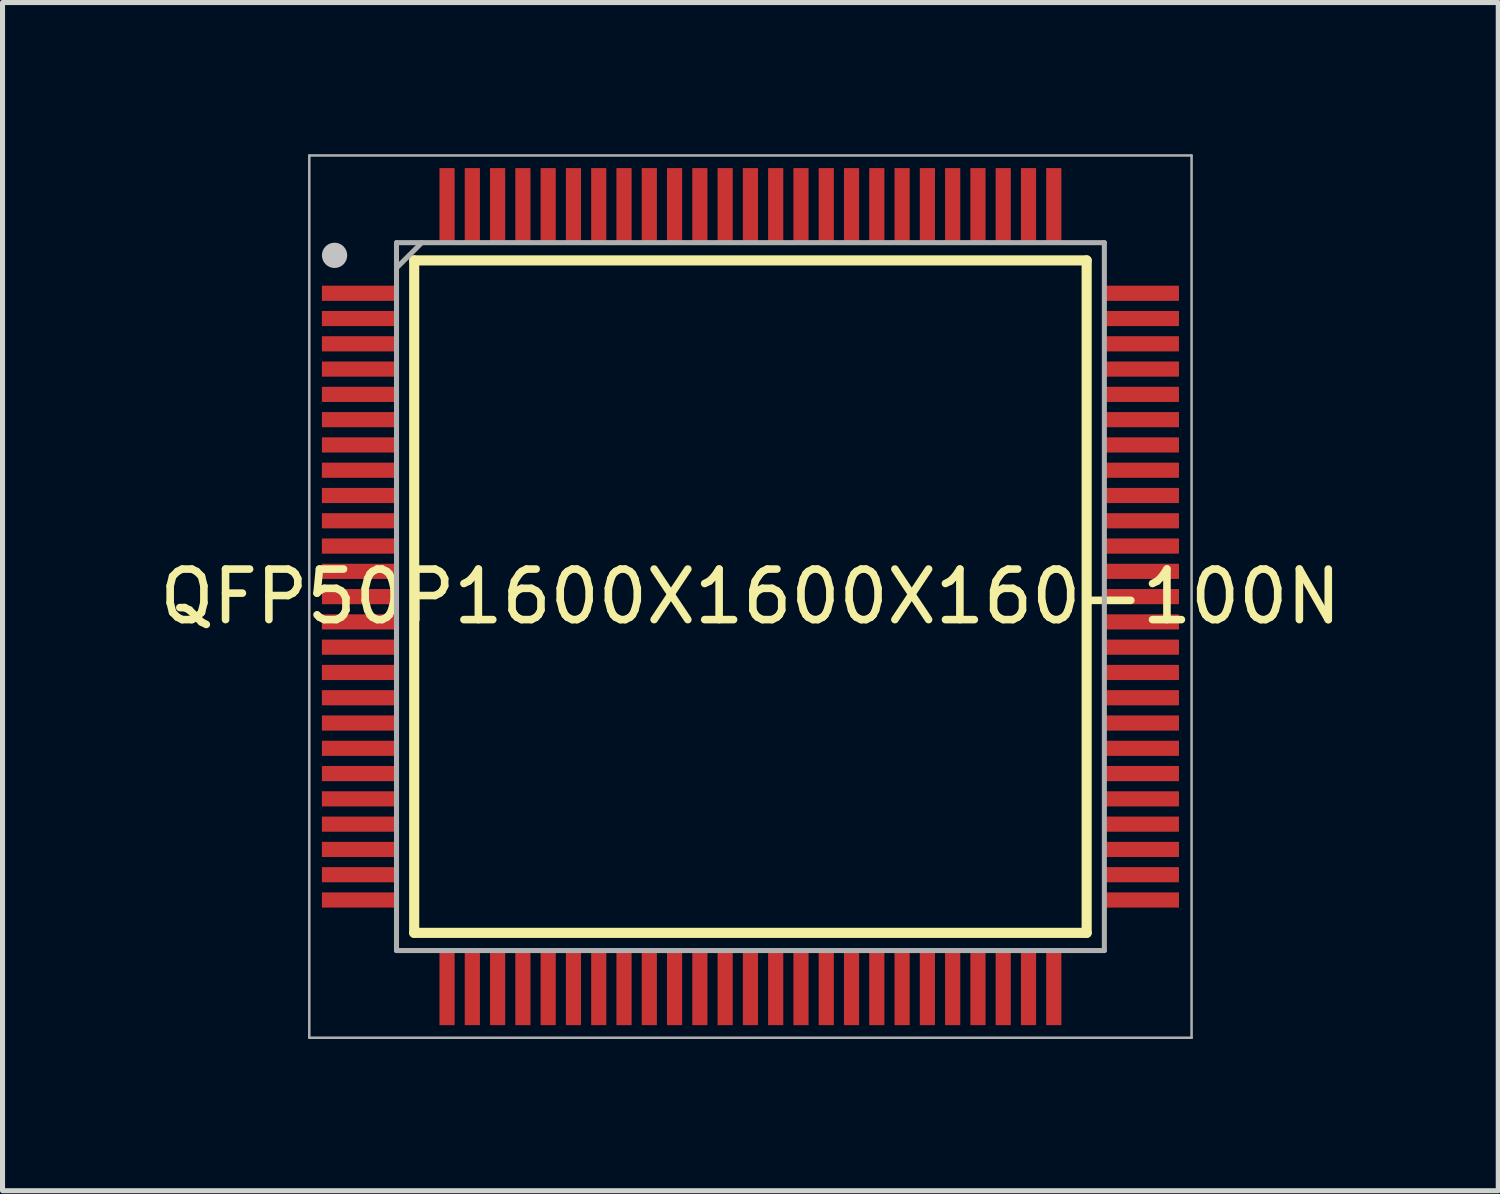
<source format=kicad_pcb>
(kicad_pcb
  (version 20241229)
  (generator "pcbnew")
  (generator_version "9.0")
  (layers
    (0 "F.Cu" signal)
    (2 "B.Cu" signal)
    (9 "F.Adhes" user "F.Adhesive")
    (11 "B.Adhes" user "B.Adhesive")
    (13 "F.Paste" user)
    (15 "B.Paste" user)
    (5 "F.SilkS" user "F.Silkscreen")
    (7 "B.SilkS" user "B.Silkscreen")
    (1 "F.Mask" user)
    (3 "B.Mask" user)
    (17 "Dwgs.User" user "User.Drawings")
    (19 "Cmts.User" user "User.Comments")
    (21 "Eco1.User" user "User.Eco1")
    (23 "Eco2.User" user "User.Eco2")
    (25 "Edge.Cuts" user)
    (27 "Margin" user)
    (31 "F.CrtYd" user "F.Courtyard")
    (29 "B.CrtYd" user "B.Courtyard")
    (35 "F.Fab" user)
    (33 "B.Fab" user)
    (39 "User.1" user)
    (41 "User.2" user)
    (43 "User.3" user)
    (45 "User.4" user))
  (footprint "QFP50P1600X1600X160-100N"
    (layer "F.Cu")
    (at 11.792 8.75)
    (property "Reference" "QFP50P1600X1600X160-100N" (at 0 0 0) (layer "F.SilkS") (effects (font (size 1 1) (thickness 0.15))))
    (attr smd)
    (fp_line (start -6.65 -6.65) (end 6.65 -6.65) (stroke (width 0.2) (type solid)) (layer "F.SilkS"))
    (fp_line (start -6.65 6.65) (end -6.65 -6.65) (stroke (width 0.2) (type solid)) (layer "F.SilkS"))
    (fp_line (start 6.65 -6.65) (end 6.65 6.65) (stroke (width 0.2) (type solid)) (layer "F.SilkS"))
    (fp_line (start 6.65 6.65) (end -6.65 6.65) (stroke (width 0.2) (type solid)) (layer "F.SilkS"))
    (fp_circle (center -8.225 -6.75) (end -8.1 -6.75) (stroke (width 0.25) (type solid)) (fill no) (layer "Dwgs.User"))
    (fp_line (start -8.725 -8.725) (end 8.725 -8.725) (stroke (width 0.05) (type solid)) (layer "F.Fab"))
    (fp_line (start -8.725 8.725) (end -8.725 -8.725) (stroke (width 0.05) (type solid)) (layer "F.Fab"))
    (fp_line (start -7 -7) (end 7 -7) (stroke (width 0.1) (type solid)) (layer "F.Fab"))
    (fp_line (start -7 -6.5) (end -6.5 -7) (stroke (width 0.1) (type solid)) (layer "F.Fab"))
    (fp_line (start -7 7) (end -7 -7) (stroke (width 0.1) (type solid)) (layer "F.Fab"))
    (fp_line (start 7 -7) (end 7 7) (stroke (width 0.1) (type solid)) (layer "F.Fab"))
    (fp_line (start 7 7) (end -7 7) (stroke (width 0.1) (type solid)) (layer "F.Fab"))
    (fp_line (start 8.725 -8.725) (end 8.725 8.725) (stroke (width 0.05) (type solid)) (layer "F.Fab"))
    (fp_line (start 8.725 8.725) (end -8.725 8.725) (stroke (width 0.05) (type solid)) (layer "F.Fab"))
    (pad "1" smd rect (at -7.738 -6) (size 1.475 0.3) (layers "F.Cu" "F.Mask" "F.Paste"))
    (pad "2" smd rect (at -7.738 -5.5) (size 1.475 0.3) (layers "F.Cu" "F.Mask" "F.Paste"))
    (pad "3" smd rect (at -7.738 -5) (size 1.475 0.3) (layers "F.Cu" "F.Mask" "F.Paste"))
    (pad "4" smd rect (at -7.738 -4.5) (size 1.475 0.3) (layers "F.Cu" "F.Mask" "F.Paste"))
    (pad "5" smd rect (at -7.738 -4) (size 1.475 0.3) (layers "F.Cu" "F.Mask" "F.Paste"))
    (pad "6" smd rect (at -7.738 -3.5) (size 1.475 0.3) (layers "F.Cu" "F.Mask" "F.Paste"))
    (pad "7" smd rect (at -7.738 -3) (size 1.475 0.3) (layers "F.Cu" "F.Mask" "F.Paste"))
    (pad "8" smd rect (at -7.738 -2.5) (size 1.475 0.3) (layers "F.Cu" "F.Mask" "F.Paste"))
    (pad "9" smd rect (at -7.738 -2) (size 1.475 0.3) (layers "F.Cu" "F.Mask" "F.Paste"))
    (pad "10" smd rect (at -7.738 -1.5) (size 1.475 0.3) (layers "F.Cu" "F.Mask" "F.Paste"))
    (pad "11" smd rect (at -7.738 -1) (size 1.475 0.3) (layers "F.Cu" "F.Mask" "F.Paste"))
    (pad "12" smd rect (at -7.738 -0.5) (size 1.475 0.3) (layers "F.Cu" "F.Mask" "F.Paste"))
    (pad "13" smd rect (at -7.738 0) (size 1.475 0.3) (layers "F.Cu" "F.Mask" "F.Paste"))
    (pad "14" smd rect (at -7.738 0.5) (size 1.475 0.3) (layers "F.Cu" "F.Mask" "F.Paste"))
    (pad "15" smd rect (at -7.738 1) (size 1.475 0.3) (layers "F.Cu" "F.Mask" "F.Paste"))
    (pad "16" smd rect (at -7.738 1.5) (size 1.475 0.3) (layers "F.Cu" "F.Mask" "F.Paste"))
    (pad "17" smd rect (at -7.738 2) (size 1.475 0.3) (layers "F.Cu" "F.Mask" "F.Paste"))
    (pad "18" smd rect (at -7.738 2.5) (size 1.475 0.3) (layers "F.Cu" "F.Mask" "F.Paste"))
    (pad "19" smd rect (at -7.738 3) (size 1.475 0.3) (layers "F.Cu" "F.Mask" "F.Paste"))
    (pad "20" smd rect (at -7.738 3.5) (size 1.475 0.3) (layers "F.Cu" "F.Mask" "F.Paste"))
    (pad "21" smd rect (at -7.738 4) (size 1.475 0.3) (layers "F.Cu" "F.Mask" "F.Paste"))
    (pad "22" smd rect (at -7.738 4.5) (size 1.475 0.3) (layers "F.Cu" "F.Mask" "F.Paste"))
    (pad "23" smd rect (at -7.738 5) (size 1.475 0.3) (layers "F.Cu" "F.Mask" "F.Paste"))
    (pad "24" smd rect (at -7.738 5.5) (size 1.475 0.3) (layers "F.Cu" "F.Mask" "F.Paste"))
    (pad "25" smd rect (at -7.738 6) (size 1.475 0.3) (layers "F.Cu" "F.Mask" "F.Paste"))
    (pad "26" smd rect (at -6 7.738) (size 0.3 1.475) (layers "F.Cu" "F.Mask" "F.Paste"))
    (pad "27" smd rect (at -5.5 7.738) (size 0.3 1.475) (layers "F.Cu" "F.Mask" "F.Paste"))
    (pad "28" smd rect (at -5 7.738) (size 0.3 1.475) (layers "F.Cu" "F.Mask" "F.Paste"))
    (pad "29" smd rect (at -4.5 7.738) (size 0.3 1.475) (layers "F.Cu" "F.Mask" "F.Paste"))
    (pad "30" smd rect (at -4 7.738) (size 0.3 1.475) (layers "F.Cu" "F.Mask" "F.Paste"))
    (pad "31" smd rect (at -3.5 7.738) (size 0.3 1.475) (layers "F.Cu" "F.Mask" "F.Paste"))
    (pad "32" smd rect (at -3 7.738) (size 0.3 1.475) (layers "F.Cu" "F.Mask" "F.Paste"))
    (pad "33" smd rect (at -2.5 7.738) (size 0.3 1.475) (layers "F.Cu" "F.Mask" "F.Paste"))
    (pad "34" smd rect (at -2 7.738) (size 0.3 1.475) (layers "F.Cu" "F.Mask" "F.Paste"))
    (pad "35" smd rect (at -1.5 7.738) (size 0.3 1.475) (layers "F.Cu" "F.Mask" "F.Paste"))
    (pad "36" smd rect (at -1 7.738) (size 0.3 1.475) (layers "F.Cu" "F.Mask" "F.Paste"))
    (pad "37" smd rect (at -0.5 7.738) (size 0.3 1.475) (layers "F.Cu" "F.Mask" "F.Paste"))
    (pad "38" smd rect (at 0 7.738) (size 0.3 1.475) (layers "F.Cu" "F.Mask" "F.Paste"))
    (pad "39" smd rect (at 0.5 7.738) (size 0.3 1.475) (layers "F.Cu" "F.Mask" "F.Paste"))
    (pad "40" smd rect (at 1 7.738) (size 0.3 1.475) (layers "F.Cu" "F.Mask" "F.Paste"))
    (pad "41" smd rect (at 1.5 7.738) (size 0.3 1.475) (layers "F.Cu" "F.Mask" "F.Paste"))
    (pad "42" smd rect (at 2 7.738) (size 0.3 1.475) (layers "F.Cu" "F.Mask" "F.Paste"))
    (pad "43" smd rect (at 2.5 7.738) (size 0.3 1.475) (layers "F.Cu" "F.Mask" "F.Paste"))
    (pad "44" smd rect (at 3 7.738) (size 0.3 1.475) (layers "F.Cu" "F.Mask" "F.Paste"))
    (pad "45" smd rect (at 3.5 7.738) (size 0.3 1.475) (layers "F.Cu" "F.Mask" "F.Paste"))
    (pad "46" smd rect (at 4 7.738) (size 0.3 1.475) (layers "F.Cu" "F.Mask" "F.Paste"))
    (pad "47" smd rect (at 4.5 7.738) (size 0.3 1.475) (layers "F.Cu" "F.Mask" "F.Paste"))
    (pad "48" smd rect (at 5 7.738) (size 0.3 1.475) (layers "F.Cu" "F.Mask" "F.Paste"))
    (pad "49" smd rect (at 5.5 7.738) (size 0.3 1.475) (layers "F.Cu" "F.Mask" "F.Paste"))
    (pad "50" smd rect (at 6 7.738) (size 0.3 1.475) (layers "F.Cu" "F.Mask" "F.Paste"))
    (pad "51" smd rect (at 7.738 6) (size 1.475 0.3) (layers "F.Cu" "F.Mask" "F.Paste"))
    (pad "52" smd rect (at 7.738 5.5) (size 1.475 0.3) (layers "F.Cu" "F.Mask" "F.Paste"))
    (pad "53" smd rect (at 7.738 5) (size 1.475 0.3) (layers "F.Cu" "F.Mask" "F.Paste"))
    (pad "54" smd rect (at 7.738 4.5) (size 1.475 0.3) (layers "F.Cu" "F.Mask" "F.Paste"))
    (pad "55" smd rect (at 7.738 4) (size 1.475 0.3) (layers "F.Cu" "F.Mask" "F.Paste"))
    (pad "56" smd rect (at 7.738 3.5) (size 1.475 0.3) (layers "F.Cu" "F.Mask" "F.Paste"))
    (pad "57" smd rect (at 7.738 3) (size 1.475 0.3) (layers "F.Cu" "F.Mask" "F.Paste"))
    (pad "58" smd rect (at 7.738 2.5) (size 1.475 0.3) (layers "F.Cu" "F.Mask" "F.Paste"))
    (pad "59" smd rect (at 7.738 2) (size 1.475 0.3) (layers "F.Cu" "F.Mask" "F.Paste"))
    (pad "60" smd rect (at 7.738 1.5) (size 1.475 0.3) (layers "F.Cu" "F.Mask" "F.Paste"))
    (pad "61" smd rect (at 7.738 1) (size 1.475 0.3) (layers "F.Cu" "F.Mask" "F.Paste"))
    (pad "62" smd rect (at 7.738 0.5) (size 1.475 0.3) (layers "F.Cu" "F.Mask" "F.Paste"))
    (pad "63" smd rect (at 7.738 0) (size 1.475 0.3) (layers "F.Cu" "F.Mask" "F.Paste"))
    (pad "64" smd rect (at 7.738 -0.5) (size 1.475 0.3) (layers "F.Cu" "F.Mask" "F.Paste"))
    (pad "65" smd rect (at 7.738 -1) (size 1.475 0.3) (layers "F.Cu" "F.Mask" "F.Paste"))
    (pad "66" smd rect (at 7.738 -1.5) (size 1.475 0.3) (layers "F.Cu" "F.Mask" "F.Paste"))
    (pad "67" smd rect (at 7.738 -2) (size 1.475 0.3) (layers "F.Cu" "F.Mask" "F.Paste"))
    (pad "68" smd rect (at 7.738 -2.5) (size 1.475 0.3) (layers "F.Cu" "F.Mask" "F.Paste"))
    (pad "69" smd rect (at 7.738 -3) (size 1.475 0.3) (layers "F.Cu" "F.Mask" "F.Paste"))
    (pad "70" smd rect (at 7.738 -3.5) (size 1.475 0.3) (layers "F.Cu" "F.Mask" "F.Paste"))
    (pad "71" smd rect (at 7.738 -4) (size 1.475 0.3) (layers "F.Cu" "F.Mask" "F.Paste"))
    (pad "72" smd rect (at 7.738 -4.5) (size 1.475 0.3) (layers "F.Cu" "F.Mask" "F.Paste"))
    (pad "73" smd rect (at 7.738 -5) (size 1.475 0.3) (layers "F.Cu" "F.Mask" "F.Paste"))
    (pad "74" smd rect (at 7.738 -5.5) (size 1.475 0.3) (layers "F.Cu" "F.Mask" "F.Paste"))
    (pad "75" smd rect (at 7.738 -6) (size 1.475 0.3) (layers "F.Cu" "F.Mask" "F.Paste"))
    (pad "76" smd rect (at 6 -7.738) (size 0.3 1.475) (layers "F.Cu" "F.Mask" "F.Paste"))
    (pad "77" smd rect (at 5.5 -7.738) (size 0.3 1.475) (layers "F.Cu" "F.Mask" "F.Paste"))
    (pad "78" smd rect (at 5 -7.738) (size 0.3 1.475) (layers "F.Cu" "F.Mask" "F.Paste"))
    (pad "79" smd rect (at 4.5 -7.738) (size 0.3 1.475) (layers "F.Cu" "F.Mask" "F.Paste"))
    (pad "80" smd rect (at 4 -7.738) (size 0.3 1.475) (layers "F.Cu" "F.Mask" "F.Paste"))
    (pad "81" smd rect (at 3.5 -7.738) (size 0.3 1.475) (layers "F.Cu" "F.Mask" "F.Paste"))
    (pad "82" smd rect (at 3 -7.738) (size 0.3 1.475) (layers "F.Cu" "F.Mask" "F.Paste"))
    (pad "83" smd rect (at 2.5 -7.738) (size 0.3 1.475) (layers "F.Cu" "F.Mask" "F.Paste"))
    (pad "84" smd rect (at 2 -7.738) (size 0.3 1.475) (layers "F.Cu" "F.Mask" "F.Paste"))
    (pad "85" smd rect (at 1.5 -7.738) (size 0.3 1.475) (layers "F.Cu" "F.Mask" "F.Paste"))
    (pad "86" smd rect (at 1 -7.738) (size 0.3 1.475) (layers "F.Cu" "F.Mask" "F.Paste"))
    (pad "87" smd rect (at 0.5 -7.738) (size 0.3 1.475) (layers "F.Cu" "F.Mask" "F.Paste"))
    (pad "88" smd rect (at 0 -7.738) (size 0.3 1.475) (layers "F.Cu" "F.Mask" "F.Paste"))
    (pad "89" smd rect (at -0.5 -7.738) (size 0.3 1.475) (layers "F.Cu" "F.Mask" "F.Paste"))
    (pad "90" smd rect (at -1 -7.738) (size 0.3 1.475) (layers "F.Cu" "F.Mask" "F.Paste"))
    (pad "91" smd rect (at -1.5 -7.738) (size 0.3 1.475) (layers "F.Cu" "F.Mask" "F.Paste"))
    (pad "92" smd rect (at -2 -7.738) (size 0.3 1.475) (layers "F.Cu" "F.Mask" "F.Paste"))
    (pad "93" smd rect (at -2.5 -7.738) (size 0.3 1.475) (layers "F.Cu" "F.Mask" "F.Paste"))
    (pad "94" smd rect (at -3 -7.738) (size 0.3 1.475) (layers "F.Cu" "F.Mask" "F.Paste"))
    (pad "95" smd rect (at -3.5 -7.738) (size 0.3 1.475) (layers "F.Cu" "F.Mask" "F.Paste"))
    (pad "96" smd rect (at -4 -7.738) (size 0.3 1.475) (layers "F.Cu" "F.Mask" "F.Paste"))
    (pad "97" smd rect (at -4.5 -7.738) (size 0.3 1.475) (layers "F.Cu" "F.Mask" "F.Paste"))
    (pad "98" smd rect (at -5 -7.738) (size 0.3 1.475) (layers "F.Cu" "F.Mask" "F.Paste"))
    (pad "99" smd rect (at -5.5 -7.738) (size 0.3 1.475) (layers "F.Cu" "F.Mask" "F.Paste"))
    (pad "100" smd rect (at -6 -7.738) (size 0.3 1.475) (layers "F.Cu" "F.Mask" "F.Paste")))
  (gr_rect
    (start -3 -3)
    (end 26.583 20.5)
    (stroke (width 0.1) (type default))
    (fill no)
    (layer "Edge.Cuts")))
</source>
